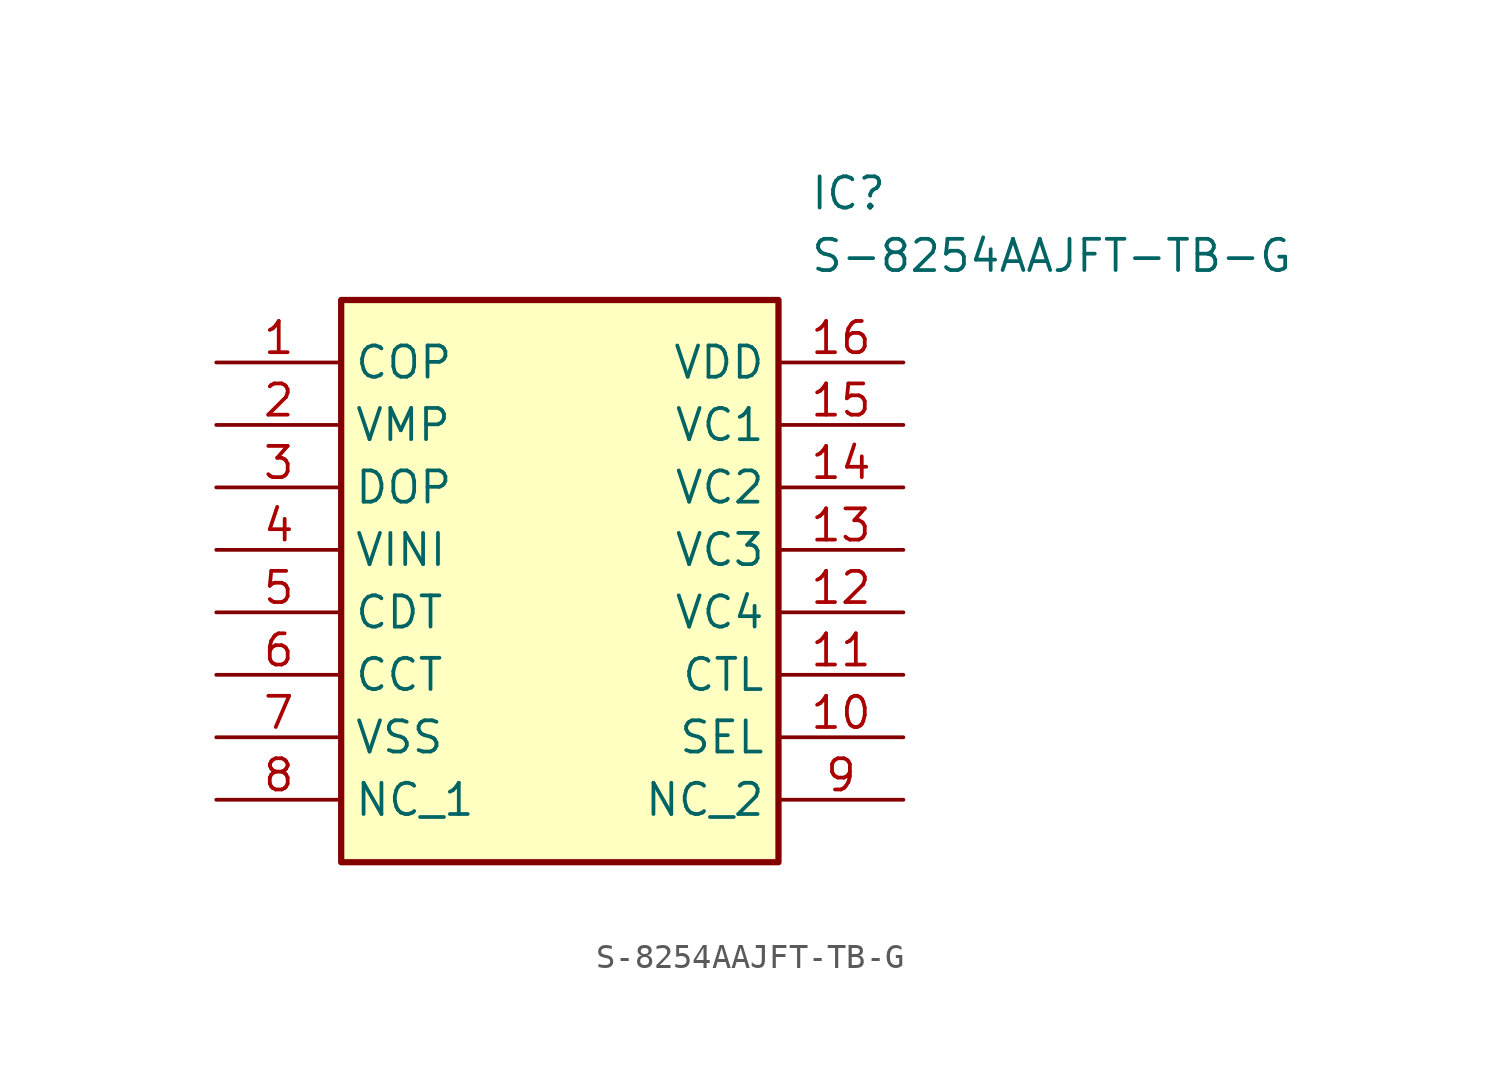
<source format=kicad_sym>
(kicad_symbol_lib
  (version 20211014)
  (generator SamacSys_ECAD_Model)
  (symbol "S-8254AAJFT-TB-G"
    (property "Reference" "IC"
      (at 24.13 7.62 0)
      (effects (font (size 1.27 1.27)) (justify left top)))
    (property "Value" "S-8254AAJFT-TB-G"
      (at 24.13 5.08 0)
      (effects (font (size 1.27 1.27)) (justify left top)))
    (rectangle
      (start 5.08 2.54)
      (end 22.86 -20.32)
      (stroke (width 0.254) (type default))
      (fill (type background)))
    (pin passive line
      (at 0 0 0)
      (length 5.08)
      (name "COP" (effects (font (size 1.27 1.27))))
      (number "1" (effects (font (size 1.27 1.27)))))
    (pin passive line
      (at 0 -2.54 0)
      (length 5.08)
      (name "VMP" (effects (font (size 1.27 1.27))))
      (number "2" (effects (font (size 1.27 1.27)))))
    (pin passive line
      (at 0 -5.08 0)
      (length 5.08)
      (name "DOP" (effects (font (size 1.27 1.27))))
      (number "3" (effects (font (size 1.27 1.27)))))
    (pin passive line
      (at 0 -7.62 0)
      (length 5.08)
      (name "VINI" (effects (font (size 1.27 1.27))))
      (number "4" (effects (font (size 1.27 1.27)))))
    (pin passive line
      (at 0 -10.16 0)
      (length 5.08)
      (name "CDT" (effects (font (size 1.27 1.27))))
      (number "5" (effects (font (size 1.27 1.27)))))
    (pin passive line
      (at 0 -12.7 0)
      (length 5.08)
      (name "CCT" (effects (font (size 1.27 1.27))))
      (number "6" (effects (font (size 1.27 1.27)))))
    (pin passive line
      (at 0 -15.24 0)
      (length 5.08)
      (name "VSS" (effects (font (size 1.27 1.27))))
      (number "7" (effects (font (size 1.27 1.27)))))
    (pin passive line
      (at 0 -17.78 0)
      (length 5.08)
      (name "NC_1" (effects (font (size 1.27 1.27))))
      (number "8" (effects (font (size 1.27 1.27)))))
    (pin passive line
      (at 27.94 0 180)
      (length 5.08)
      (name "VDD" (effects (font (size 1.27 1.27))))
      (number "16" (effects (font (size 1.27 1.27)))))
    (pin passive line
      (at 27.94 -2.54 180)
      (length 5.08)
      (name "VC1" (effects (font (size 1.27 1.27))))
      (number "15" (effects (font (size 1.27 1.27)))))
    (pin passive line
      (at 27.94 -5.08 180)
      (length 5.08)
      (name "VC2" (effects (font (size 1.27 1.27))))
      (number "14" (effects (font (size 1.27 1.27)))))
    (pin passive line
      (at 27.94 -7.62 180)
      (length 5.08)
      (name "VC3" (effects (font (size 1.27 1.27))))
      (number "13" (effects (font (size 1.27 1.27)))))
    (pin passive line
      (at 27.94 -10.16 180)
      (length 5.08)
      (name "VC4" (effects (font (size 1.27 1.27))))
      (number "12" (effects (font (size 1.27 1.27)))))
    (pin passive line
      (at 27.94 -12.7 180)
      (length 5.08)
      (name "CTL" (effects (font (size 1.27 1.27))))
      (number "11" (effects (font (size 1.27 1.27)))))
    (pin passive line
      (at 27.94 -15.24 180)
      (length 5.08)
      (name "SEL" (effects (font (size 1.27 1.27))))
      (number "10" (effects (font (size 1.27 1.27)))))
    (pin passive line
      (at 27.94 -17.78 180)
      (length 5.08)
      (name "NC_2" (effects (font (size 1.27 1.27))))
      (number "9" (effects (font (size 1.27 1.27)))))))
</source>
